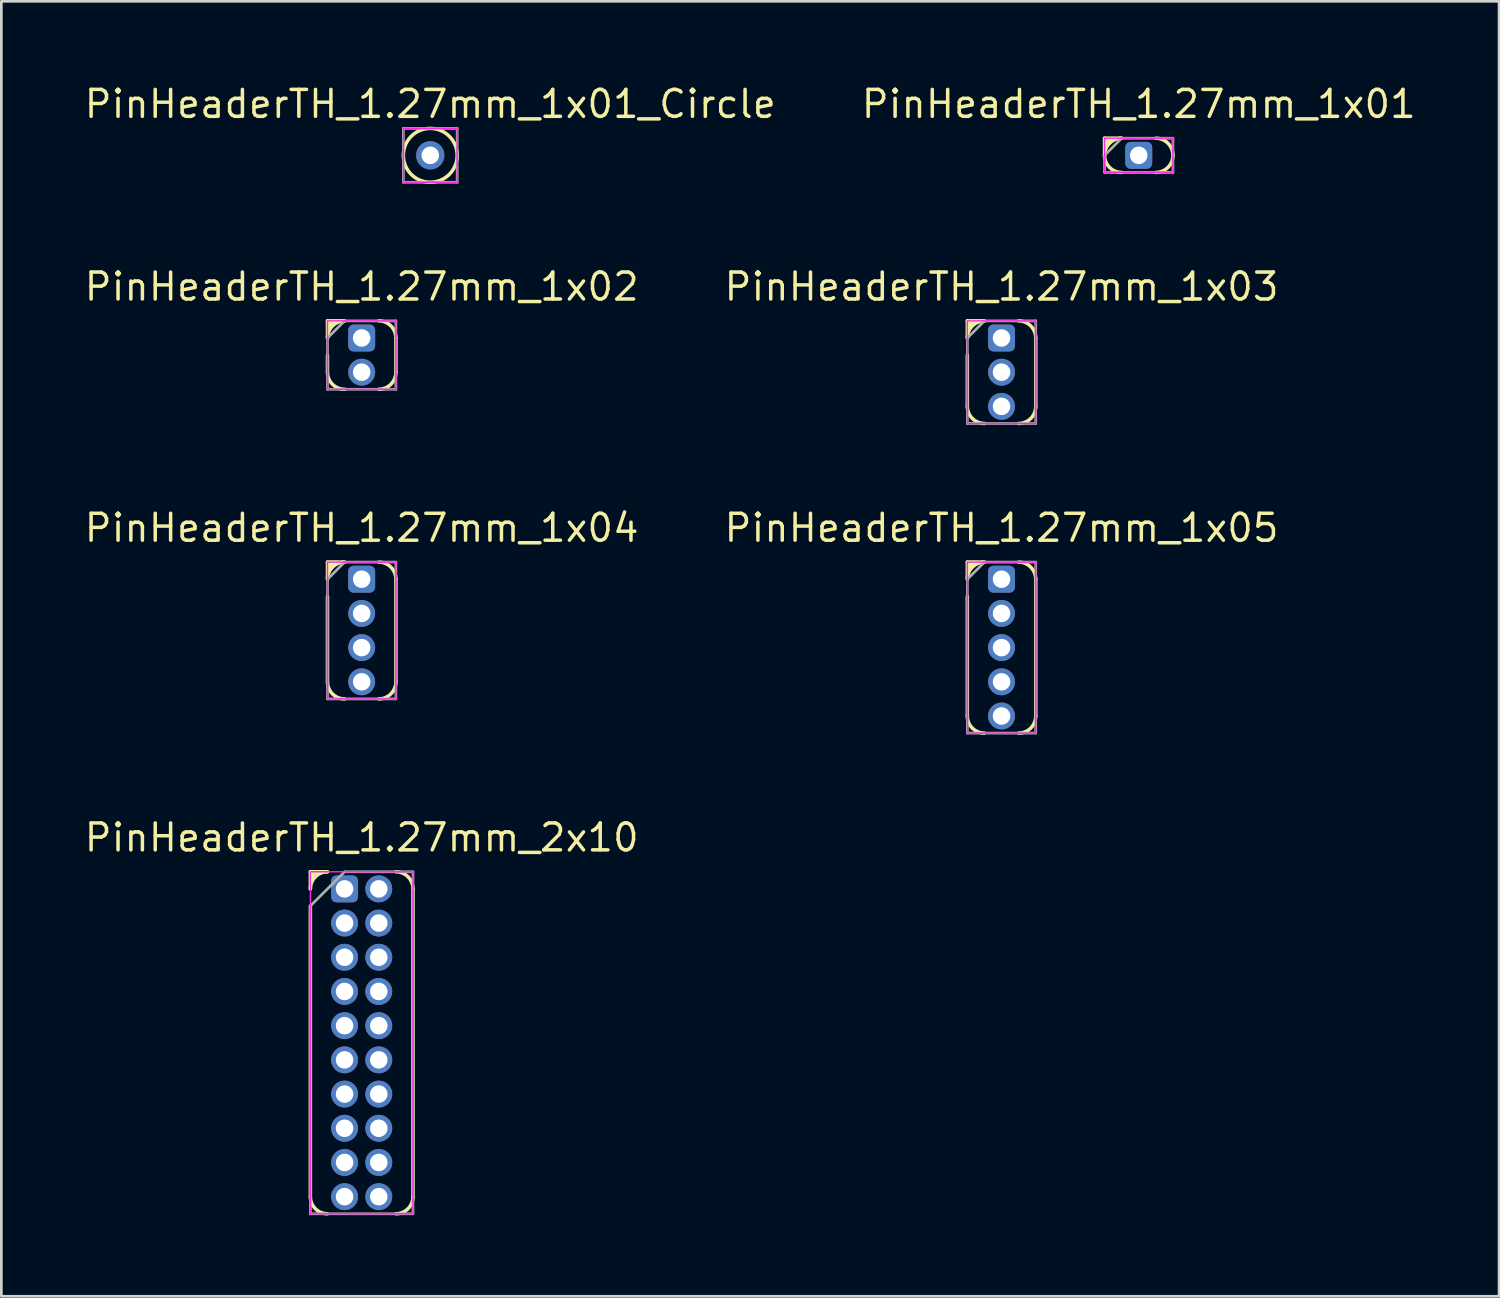
<source format=kicad_pcb>
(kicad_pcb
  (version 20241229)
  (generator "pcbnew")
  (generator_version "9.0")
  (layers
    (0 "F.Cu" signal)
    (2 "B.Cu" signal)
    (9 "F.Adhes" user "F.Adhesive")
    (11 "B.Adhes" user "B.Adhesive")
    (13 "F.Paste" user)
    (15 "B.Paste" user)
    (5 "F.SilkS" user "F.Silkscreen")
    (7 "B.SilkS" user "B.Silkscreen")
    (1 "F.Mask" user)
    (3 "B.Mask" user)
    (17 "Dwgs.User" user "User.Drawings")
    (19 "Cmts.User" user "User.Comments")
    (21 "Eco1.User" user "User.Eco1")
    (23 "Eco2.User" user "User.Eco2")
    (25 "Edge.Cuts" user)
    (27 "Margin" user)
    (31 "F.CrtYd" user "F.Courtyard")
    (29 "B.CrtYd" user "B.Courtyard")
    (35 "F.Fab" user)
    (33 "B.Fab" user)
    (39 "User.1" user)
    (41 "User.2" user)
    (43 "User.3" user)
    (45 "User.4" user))
  (footprint "PinHeaderTH_1.27mm_1x01_Circle"
    (layer "F.Cu")
    (at 12.928 2.718)
    (property "Reference" "PinHeaderTH_1.27mm_1x01_Circle" (at 0 -1.905 0) (layer "F.SilkS") (effects (font (size 1 1) (thickness 0.13))))
    (attr through_hole)
    (fp_circle (center 0 0) (end 1 0) (stroke (width 0.13) (type solid)) (fill no) (layer "F.SilkS"))
    (fp_line (start -1 -1) (end -1 1) (stroke (width 0.05) (type solid)) (layer "F.CrtYd"))
    (fp_line (start -1 1) (end 1 1) (stroke (width 0.05) (type solid)) (layer "F.CrtYd"))
    (fp_line (start 1 -1) (end -1 -1) (stroke (width 0.05) (type solid)) (layer "F.CrtYd"))
    (fp_line (start 1 1) (end 1 -1) (stroke (width 0.05) (type solid)) (layer "F.CrtYd"))
    (fp_line (start -1 -1) (end 1 -1) (stroke (width 0.1) (type solid)) (layer "F.Fab"))
    (fp_line (start -1 1) (end -1 -1) (stroke (width 0.1) (type solid)) (layer "F.Fab"))
    (fp_line (start 1 -1) (end 1 1) (stroke (width 0.1) (type solid)) (layer "F.Fab"))
    (fp_line (start 1 1) (end -1 1) (stroke (width 0.1) (type solid)) (layer "F.Fab"))
    (pad "1" thru_hole circle (at 0 0) (size 1.05 1.05) (drill 0.65) (layers "*.Cu" "*.Mask")))
  (footprint "PinHeaderTH_1.27mm_1x03"
    (layer "F.Cu")
    (at 34.142 9.501)
    (property "Reference" "PinHeaderTH_1.27mm_1x03" (at 0 -1.905 0) (layer "F.SilkS") (effects (font (size 1 1) (thickness 0.13))))
    (attr through_hole)
    (fp_line (start -1.27 -0.635) (end -0.635 -0.635) (stroke (width 0.13) (type solid)) (layer "F.SilkS"))
    (fp_line (start -1.27 0) (end -1.27 -0.635) (stroke (width 0.13) (type solid)) (layer "F.SilkS"))
    (fp_line (start -1.27 0.635) (end -1.27 2.54) (stroke (width 0.13) (type solid)) (layer "F.SilkS"))
    (fp_line (start 1.27 0) (end 1.27 2.54) (stroke (width 0.13) (type solid)) (layer "F.SilkS"))
    (fp_arc (start -1.27 0) (mid -1.084013 -0.449013) (end -0.635 -0.635) (stroke (width 0.13) (type solid)) (layer "F.SilkS"))
    (fp_arc (start -0.635 3.175) (mid -1.084013 2.989013) (end -1.27 2.54) (stroke (width 0.13) (type solid)) (layer "F.SilkS"))
    (fp_arc (start 0.635 -0.635) (mid 1.084013 -0.449013) (end 1.27 0) (stroke (width 0.13) (type solid)) (layer "F.SilkS"))
    (fp_arc (start 1.27 2.54) (mid 1.084013 2.989013) (end 0.635 3.175) (stroke (width 0.13) (type solid)) (layer "F.SilkS"))
    (fp_poly (pts (xy -1.27 -0.254) (xy -1.27 -0.635) (xy -0.889 -0.635)) (stroke (width 0.1) (type solid)) (fill yes) (layer "F.SilkS"))
    (fp_line (start -1.27 -0.635) (end -1.27 3.175) (stroke (width 0.05) (type solid)) (layer "F.CrtYd"))
    (fp_line (start -1.27 3.175) (end 1.27 3.175) (stroke (width 0.05) (type solid)) (layer "F.CrtYd"))
    (fp_line (start 1.27 -0.635) (end -1.27 -0.635) (stroke (width 0.05) (type solid)) (layer "F.CrtYd"))
    (fp_line (start 1.27 3.175) (end 1.27 -0.635) (stroke (width 0.05) (type solid)) (layer "F.CrtYd"))
    (fp_line (start -1.27 0) (end -0.635 -0.635) (stroke (width 0.1) (type solid)) (layer "F.Fab"))
    (fp_line (start -1.27 3.175) (end -1.27 0) (stroke (width 0.1) (type solid)) (layer "F.Fab"))
    (fp_line (start -0.635 -0.635) (end 1.27 -0.635) (stroke (width 0.1) (type solid)) (layer "F.Fab"))
    (fp_line (start 1.27 -0.635) (end 1.27 3.175) (stroke (width 0.1) (type solid)) (layer "F.Fab"))
    (fp_line (start 1.27 3.175) (end -1.27 3.175) (stroke (width 0.1) (type solid)) (layer "F.Fab"))
    (pad "1" thru_hole roundrect (at 0 0) (size 1 1) (drill 0.65) (layers "*.Cu" "*.Mask") (roundrect_rratio 0.2))
    (pad "2" thru_hole circle (at 0 1.27) (size 1 1) (drill 0.65) (layers "*.Cu" "*.Mask"))
    (pad "3" thru_hole circle (at 0 2.54) (size 1 1) (drill 0.65) (layers "*.Cu" "*.Mask")))
  (footprint "PinHeaderTH_1.27mm_2x10"
    (layer "F.Cu")
    (at 10.381 29.958)
    (property "Reference" "PinHeaderTH_1.27mm_2x10" (at 0 -1.905 0) (layer "F.SilkS") (effects (font (size 1 1) (thickness 0.13))))
    (attr through_hole)
    (fp_line (start -1.905 -0.635) (end -1.27 -0.635) (stroke (width 0.13) (type solid)) (layer "F.SilkS"))
    (fp_line (start -1.905 0) (end -1.905 -0.635) (stroke (width 0.13) (type solid)) (layer "F.SilkS"))
    (fp_line (start -1.905 0.635) (end -1.905 11.43) (stroke (width 0.13) (type solid)) (layer "F.SilkS"))
    (fp_line (start 1.905 0) (end 1.905 11.43) (stroke (width 0.13) (type solid)) (layer "F.SilkS"))
    (fp_arc (start -1.905 0) (mid -1.719013 -0.449013) (end -1.27 -0.635) (stroke (width 0.13) (type solid)) (layer "F.SilkS"))
    (fp_arc (start -1.27 12.065) (mid -1.719013 11.879013) (end -1.905 11.43) (stroke (width 0.13) (type solid)) (layer "F.SilkS"))
    (fp_arc (start 1.27 -0.635) (mid 1.719013 -0.449013) (end 1.905 0) (stroke (width 0.13) (type solid)) (layer "F.SilkS"))
    (fp_arc (start 1.905 11.43) (mid 1.719013 11.879013) (end 1.27 12.065) (stroke (width 0.13) (type solid)) (layer "F.SilkS"))
    (fp_poly (pts (xy -1.651 -0.508) (xy -1.778 -0.381) (xy -1.905 -0.381) (xy -1.905 -0.635) (xy -1.651 -0.635)) (stroke (width 0.1) (type solid)) (fill yes) (layer "F.SilkS"))
    (fp_line (start -1.905 -0.635) (end -1.905 12.065) (stroke (width 0.05) (type solid)) (layer "F.CrtYd"))
    (fp_line (start -1.905 12.065) (end 1.905 12.065) (stroke (width 0.05) (type solid)) (layer "F.CrtYd"))
    (fp_line (start 1.905 -0.635) (end -1.905 -0.635) (stroke (width 0.05) (type solid)) (layer "F.CrtYd"))
    (fp_line (start 1.905 12.065) (end 1.905 -0.635) (stroke (width 0.05) (type solid)) (layer "F.CrtYd"))
    (fp_line (start -1.905 0.635) (end -0.635 -0.635) (stroke (width 0.1) (type solid)) (layer "F.Fab"))
    (fp_line (start -1.905 12.065) (end -1.905 0.635) (stroke (width 0.1) (type solid)) (layer "F.Fab"))
    (fp_line (start -0.635 -0.635) (end 1.905 -0.635) (stroke (width 0.1) (type solid)) (layer "F.Fab"))
    (fp_line (start 1.905 -0.635) (end 1.905 12.065) (stroke (width 0.1) (type solid)) (layer "F.Fab"))
    (fp_line (start 1.905 12.065) (end -1.905 12.065) (stroke (width 0.1) (type solid)) (layer "F.Fab"))
    (pad "1" thru_hole roundrect (at -0.635 0) (size 1 1) (drill 0.65) (layers "*.Cu" "*.Mask") (roundrect_rratio 0.2))
    (pad "2" thru_hole circle (at 0.635 0) (size 1 1) (drill 0.65) (layers "*.Cu" "*.Mask"))
    (pad "3" thru_hole circle (at -0.635 1.27) (size 1 1) (drill 0.65) (layers "*.Cu" "*.Mask"))
    (pad "4" thru_hole circle (at 0.635 1.27) (size 1 1) (drill 0.65) (layers "*.Cu" "*.Mask"))
    (pad "5" thru_hole circle (at -0.635 2.54) (size 1 1) (drill 0.65) (layers "*.Cu" "*.Mask"))
    (pad "6" thru_hole circle (at 0.635 2.54) (size 1 1) (drill 0.65) (layers "*.Cu" "*.Mask"))
    (pad "7" thru_hole circle (at -0.635 3.81) (size 1 1) (drill 0.65) (layers "*.Cu" "*.Mask"))
    (pad "8" thru_hole circle (at 0.635 3.81) (size 1 1) (drill 0.65) (layers "*.Cu" "*.Mask"))
    (pad "9" thru_hole circle (at -0.635 5.08) (size 1 1) (drill 0.65) (layers "*.Cu" "*.Mask"))
    (pad "10" thru_hole circle (at 0.635 5.08) (size 1 1) (drill 0.65) (layers "*.Cu" "*.Mask"))
    (pad "11" thru_hole circle (at -0.635 6.35) (size 1 1) (drill 0.65) (layers "*.Cu" "*.Mask"))
    (pad "12" thru_hole circle (at 0.635 6.35) (size 1 1) (drill 0.65) (layers "*.Cu" "*.Mask"))
    (pad "13" thru_hole circle (at -0.635 7.62) (size 1 1) (drill 0.65) (layers "*.Cu" "*.Mask"))
    (pad "14" thru_hole circle (at 0.635 7.62) (size 1 1) (drill 0.65) (layers "*.Cu" "*.Mask"))
    (pad "15" thru_hole circle (at -0.635 8.89) (size 1 1) (drill 0.65) (layers "*.Cu" "*.Mask"))
    (pad "16" thru_hole circle (at 0.635 8.89) (size 1 1) (drill 0.65) (layers "*.Cu" "*.Mask"))
    (pad "17" thru_hole circle (at -0.635 10.16) (size 1 1) (drill 0.65) (layers "*.Cu" "*.Mask"))
    (pad "18" thru_hole circle (at 0.635 10.16) (size 1 1) (drill 0.65) (layers "*.Cu" "*.Mask"))
    (pad "19" thru_hole circle (at -0.635 11.43) (size 1 1) (drill 0.65) (layers "*.Cu" "*.Mask"))
    (pad "20" thru_hole circle (at 0.635 11.43) (size 1 1) (drill 0.65) (layers "*.Cu" "*.Mask")))
  (footprint "PinHeaderTH_1.27mm_1x02"
    (layer "F.Cu")
    (at 10.381 9.501)
    (property "Reference" "PinHeaderTH_1.27mm_1x02" (at 0 -1.905 0) (layer "F.SilkS") (effects (font (size 1 1) (thickness 0.13))))
    (attr through_hole)
    (fp_line (start -1.27 -0.635) (end -0.635 -0.635) (stroke (width 0.13) (type solid)) (layer "F.SilkS"))
    (fp_line (start -1.27 0) (end -1.27 -0.635) (stroke (width 0.13) (type solid)) (layer "F.SilkS"))
    (fp_line (start -1.27 0.635) (end -1.27 1.27) (stroke (width 0.13) (type solid)) (layer "F.SilkS"))
    (fp_line (start 1.27 0) (end 1.27 1.27) (stroke (width 0.13) (type solid)) (layer "F.SilkS"))
    (fp_arc (start -1.27 0) (mid -1.084013 -0.449013) (end -0.635 -0.635) (stroke (width 0.13) (type solid)) (layer "F.SilkS"))
    (fp_arc (start -0.635 1.905) (mid -1.084013 1.719013) (end -1.27 1.27) (stroke (width 0.13) (type solid)) (layer "F.SilkS"))
    (fp_arc (start 0.635 -0.635) (mid 1.084013 -0.449013) (end 1.27 0) (stroke (width 0.13) (type solid)) (layer "F.SilkS"))
    (fp_arc (start 1.27 1.27) (mid 1.084013 1.719013) (end 0.635 1.905) (stroke (width 0.13) (type solid)) (layer "F.SilkS"))
    (fp_poly (pts (xy -1.27 -0.254) (xy -1.27 -0.635) (xy -0.889 -0.635)) (stroke (width 0.1) (type solid)) (fill yes) (layer "F.SilkS"))
    (fp_line (start -1.27 -0.635) (end -1.27 1.905) (stroke (width 0.05) (type solid)) (layer "F.CrtYd"))
    (fp_line (start -1.27 1.905) (end 1.27 1.905) (stroke (width 0.05) (type solid)) (layer "F.CrtYd"))
    (fp_line (start 1.27 -0.635) (end -1.27 -0.635) (stroke (width 0.05) (type solid)) (layer "F.CrtYd"))
    (fp_line (start 1.27 1.905) (end 1.27 -0.635) (stroke (width 0.05) (type solid)) (layer "F.CrtYd"))
    (fp_line (start -1.27 0) (end -0.635 -0.635) (stroke (width 0.1) (type solid)) (layer "F.Fab"))
    (fp_line (start -1.27 1.905) (end -1.27 0) (stroke (width 0.1) (type solid)) (layer "F.Fab"))
    (fp_line (start -0.635 -0.635) (end 1.27 -0.635) (stroke (width 0.1) (type solid)) (layer "F.Fab"))
    (fp_line (start 1.27 -0.635) (end 1.27 1.905) (stroke (width 0.1) (type solid)) (layer "F.Fab"))
    (fp_line (start 1.27 1.905) (end -1.27 1.905) (stroke (width 0.1) (type solid)) (layer "F.Fab"))
    (pad "1" thru_hole roundrect (at 0 0) (size 1 1) (drill 0.65) (layers "*.Cu" "*.Mask") (roundrect_rratio 0.2))
    (pad "2" thru_hole circle (at 0 1.27) (size 1 1) (drill 0.65) (layers "*.Cu" "*.Mask")))
  (footprint "PinHeaderTH_1.27mm_1x05"
    (layer "F.Cu")
    (at 34.142 18.459)
    (property "Reference" "PinHeaderTH_1.27mm_1x05" (at 0 -1.905 0) (layer "F.SilkS") (effects (font (size 1 1) (thickness 0.13))))
    (attr through_hole)
    (fp_line (start -1.27 -0.635) (end -0.635 -0.635) (stroke (width 0.13) (type solid)) (layer "F.SilkS"))
    (fp_line (start -1.27 0) (end -1.27 -0.635) (stroke (width 0.13) (type solid)) (layer "F.SilkS"))
    (fp_line (start -1.27 0.635) (end -1.27 5.08) (stroke (width 0.13) (type solid)) (layer "F.SilkS"))
    (fp_line (start 1.27 0) (end 1.27 5.08) (stroke (width 0.13) (type solid)) (layer "F.SilkS"))
    (fp_arc (start -1.27 0) (mid -1.084013 -0.449013) (end -0.635 -0.635) (stroke (width 0.13) (type solid)) (layer "F.SilkS"))
    (fp_arc (start -0.635 5.715) (mid -1.084013 5.529013) (end -1.27 5.08) (stroke (width 0.13) (type solid)) (layer "F.SilkS"))
    (fp_arc (start 0.635 -0.635) (mid 1.084013 -0.449013) (end 1.27 0) (stroke (width 0.13) (type solid)) (layer "F.SilkS"))
    (fp_arc (start 1.27 5.08) (mid 1.084013 5.529013) (end 0.635 5.715) (stroke (width 0.13) (type solid)) (layer "F.SilkS"))
    (fp_poly (pts (xy -1.27 -0.254) (xy -1.27 -0.635) (xy -0.889 -0.635)) (stroke (width 0.1) (type solid)) (fill yes) (layer "F.SilkS"))
    (fp_line (start -1.27 -0.635) (end -1.27 5.715) (stroke (width 0.05) (type solid)) (layer "F.CrtYd"))
    (fp_line (start -1.27 5.715) (end 1.27 5.715) (stroke (width 0.05) (type solid)) (layer "F.CrtYd"))
    (fp_line (start 1.27 -0.635) (end -1.27 -0.635) (stroke (width 0.05) (type solid)) (layer "F.CrtYd"))
    (fp_line (start 1.27 5.715) (end 1.27 -0.635) (stroke (width 0.05) (type solid)) (layer "F.CrtYd"))
    (fp_line (start -1.27 0) (end -0.635 -0.635) (stroke (width 0.1) (type solid)) (layer "F.Fab"))
    (fp_line (start -1.27 5.715) (end -1.27 0) (stroke (width 0.1) (type solid)) (layer "F.Fab"))
    (fp_line (start -0.635 -0.635) (end 1.27 -0.635) (stroke (width 0.1) (type solid)) (layer "F.Fab"))
    (fp_line (start 1.27 -0.635) (end 1.27 5.715) (stroke (width 0.1) (type solid)) (layer "F.Fab"))
    (fp_line (start 1.27 5.715) (end -1.27 5.715) (stroke (width 0.1) (type solid)) (layer "F.Fab"))
    (pad "1" thru_hole roundrect (at 0 0) (size 1 1) (drill 0.65) (layers "*.Cu" "*.Mask") (roundrect_rratio 0.2))
    (pad "2" thru_hole circle (at 0 1.27) (size 1 1) (drill 0.65) (layers "*.Cu" "*.Mask"))
    (pad "3" thru_hole circle (at 0 2.54) (size 1 1) (drill 0.65) (layers "*.Cu" "*.Mask"))
    (pad "4" thru_hole circle (at 0 3.81) (size 1 1) (drill 0.65) (layers "*.Cu" "*.Mask"))
    (pad "5" thru_hole circle (at 0 5.08) (size 1 1) (drill 0.65) (layers "*.Cu" "*.Mask")))
  (footprint "PinHeaderTH_1.27mm_1x04"
    (layer "F.Cu")
    (at 10.381 18.459)
    (property "Reference" "PinHeaderTH_1.27mm_1x04" (at 0 -1.905 0) (layer "F.SilkS") (effects (font (size 1 1) (thickness 0.13))))
    (attr through_hole)
    (fp_line (start -1.27 -0.635) (end -0.635 -0.635) (stroke (width 0.13) (type solid)) (layer "F.SilkS"))
    (fp_line (start -1.27 0) (end -1.27 -0.635) (stroke (width 0.13) (type solid)) (layer "F.SilkS"))
    (fp_line (start -1.27 0.635) (end -1.27 3.81) (stroke (width 0.13) (type solid)) (layer "F.SilkS"))
    (fp_line (start 1.27 0) (end 1.27 3.81) (stroke (width 0.13) (type solid)) (layer "F.SilkS"))
    (fp_arc (start -1.27 0) (mid -1.084013 -0.449013) (end -0.635 -0.635) (stroke (width 0.13) (type solid)) (layer "F.SilkS"))
    (fp_arc (start -0.635 4.445) (mid -1.084013 4.259013) (end -1.27 3.81) (stroke (width 0.13) (type solid)) (layer "F.SilkS"))
    (fp_arc (start 0.635 -0.635) (mid 1.084013 -0.449013) (end 1.27 0) (stroke (width 0.13) (type solid)) (layer "F.SilkS"))
    (fp_arc (start 1.27 3.81) (mid 1.084013 4.259013) (end 0.635 4.445) (stroke (width 0.13) (type solid)) (layer "F.SilkS"))
    (fp_poly (pts (xy -1.27 -0.254) (xy -1.27 -0.635) (xy -0.889 -0.635)) (stroke (width 0.1) (type solid)) (fill yes) (layer "F.SilkS"))
    (fp_line (start -1.27 -0.635) (end -1.27 4.445) (stroke (width 0.05) (type solid)) (layer "F.CrtYd"))
    (fp_line (start -1.27 4.445) (end 1.27 4.445) (stroke (width 0.05) (type solid)) (layer "F.CrtYd"))
    (fp_line (start 1.27 -0.635) (end -1.27 -0.635) (stroke (width 0.05) (type solid)) (layer "F.CrtYd"))
    (fp_line (start 1.27 4.445) (end 1.27 -0.635) (stroke (width 0.05) (type solid)) (layer "F.CrtYd"))
    (fp_line (start -1.27 0) (end -0.635 -0.635) (stroke (width 0.1) (type solid)) (layer "F.Fab"))
    (fp_line (start -1.27 4.445) (end -1.27 0) (stroke (width 0.1) (type solid)) (layer "F.Fab"))
    (fp_line (start -0.635 -0.635) (end 1.27 -0.635) (stroke (width 0.1) (type solid)) (layer "F.Fab"))
    (fp_line (start 1.27 -0.635) (end 1.27 4.445) (stroke (width 0.1) (type solid)) (layer "F.Fab"))
    (fp_line (start 1.27 4.445) (end -1.27 4.445) (stroke (width 0.1) (type solid)) (layer "F.Fab"))
    (pad "1" thru_hole roundrect (at 0 0) (size 1 1) (drill 0.65) (layers "*.Cu" "*.Mask") (roundrect_rratio 0.2))
    (pad "2" thru_hole circle (at 0 1.27) (size 1 1) (drill 0.65) (layers "*.Cu" "*.Mask"))
    (pad "3" thru_hole circle (at 0 2.54) (size 1 1) (drill 0.65) (layers "*.Cu" "*.Mask"))
    (pad "4" thru_hole circle (at 0 3.81) (size 1 1) (drill 0.65) (layers "*.Cu" "*.Mask")))
  (footprint "PinHeaderTH_1.27mm_1x01"
    (layer "F.Cu")
    (at 39.237 2.718)
    (property "Reference" "PinHeaderTH_1.27mm_1x01" (at 0 -1.905 0) (layer "F.SilkS") (effects (font (size 1 1) (thickness 0.13))))
    (attr through_hole)
    (fp_line (start -1.27 -0.635) (end -0.635 -0.635) (stroke (width 0.13) (type solid)) (layer "F.SilkS"))
    (fp_line (start -1.27 0) (end -1.27 -0.635) (stroke (width 0.13) (type solid)) (layer "F.SilkS"))
    (fp_arc (start -1.27 0) (mid -1.084013 -0.449013) (end -0.635 -0.635) (stroke (width 0.13) (type solid)) (layer "F.SilkS"))
    (fp_arc (start -0.635 0.635) (mid -1.084013 0.449013) (end -1.27 0) (stroke (width 0.13) (type solid)) (layer "F.SilkS"))
    (fp_arc (start 0.635 -0.635) (mid 1.084013 -0.449013) (end 1.27 0) (stroke (width 0.13) (type solid)) (layer "F.SilkS"))
    (fp_arc (start 1.27 0) (mid 1.084013 0.449013) (end 0.635 0.635) (stroke (width 0.13) (type solid)) (layer "F.SilkS"))
    (fp_poly (pts (xy -1.27 -0.254) (xy -1.27 -0.635) (xy -0.889 -0.635)) (stroke (width 0.1) (type solid)) (fill yes) (layer "F.SilkS"))
    (fp_line (start -1.27 -0.635) (end -1.27 0.635) (stroke (width 0.05) (type solid)) (layer "F.CrtYd"))
    (fp_line (start -1.27 0.635) (end 1.27 0.635) (stroke (width 0.05) (type solid)) (layer "F.CrtYd"))
    (fp_line (start 1.27 -0.635) (end -1.27 -0.635) (stroke (width 0.05) (type solid)) (layer "F.CrtYd"))
    (fp_line (start 1.27 0.635) (end 1.27 -0.635) (stroke (width 0.05) (type solid)) (layer "F.CrtYd"))
    (fp_line (start -1.27 0) (end -0.635 -0.635) (stroke (width 0.1) (type solid)) (layer "F.Fab"))
    (fp_line (start -1.27 0.635) (end -1.27 0) (stroke (width 0.1) (type solid)) (layer "F.Fab"))
    (fp_line (start -0.635 -0.635) (end 1.27 -0.635) (stroke (width 0.1) (type solid)) (layer "F.Fab"))
    (fp_line (start 1.27 -0.635) (end 1.27 0.635) (stroke (width 0.1) (type solid)) (layer "F.Fab"))
    (fp_line (start 1.27 0.635) (end -1.27 0.635) (stroke (width 0.1) (type solid)) (layer "F.Fab"))
    (pad "1" thru_hole roundrect (at 0 0) (size 1 1) (drill 0.65) (layers "*.Cu" "*.Mask") (roundrect_rratio 0.2)))
  (gr_rect
    (start -3 -3)
    (end 52.618 45.088)
    (stroke (width 0.1) (type default))
    (fill no)
    (layer "Edge.Cuts")))
</source>
